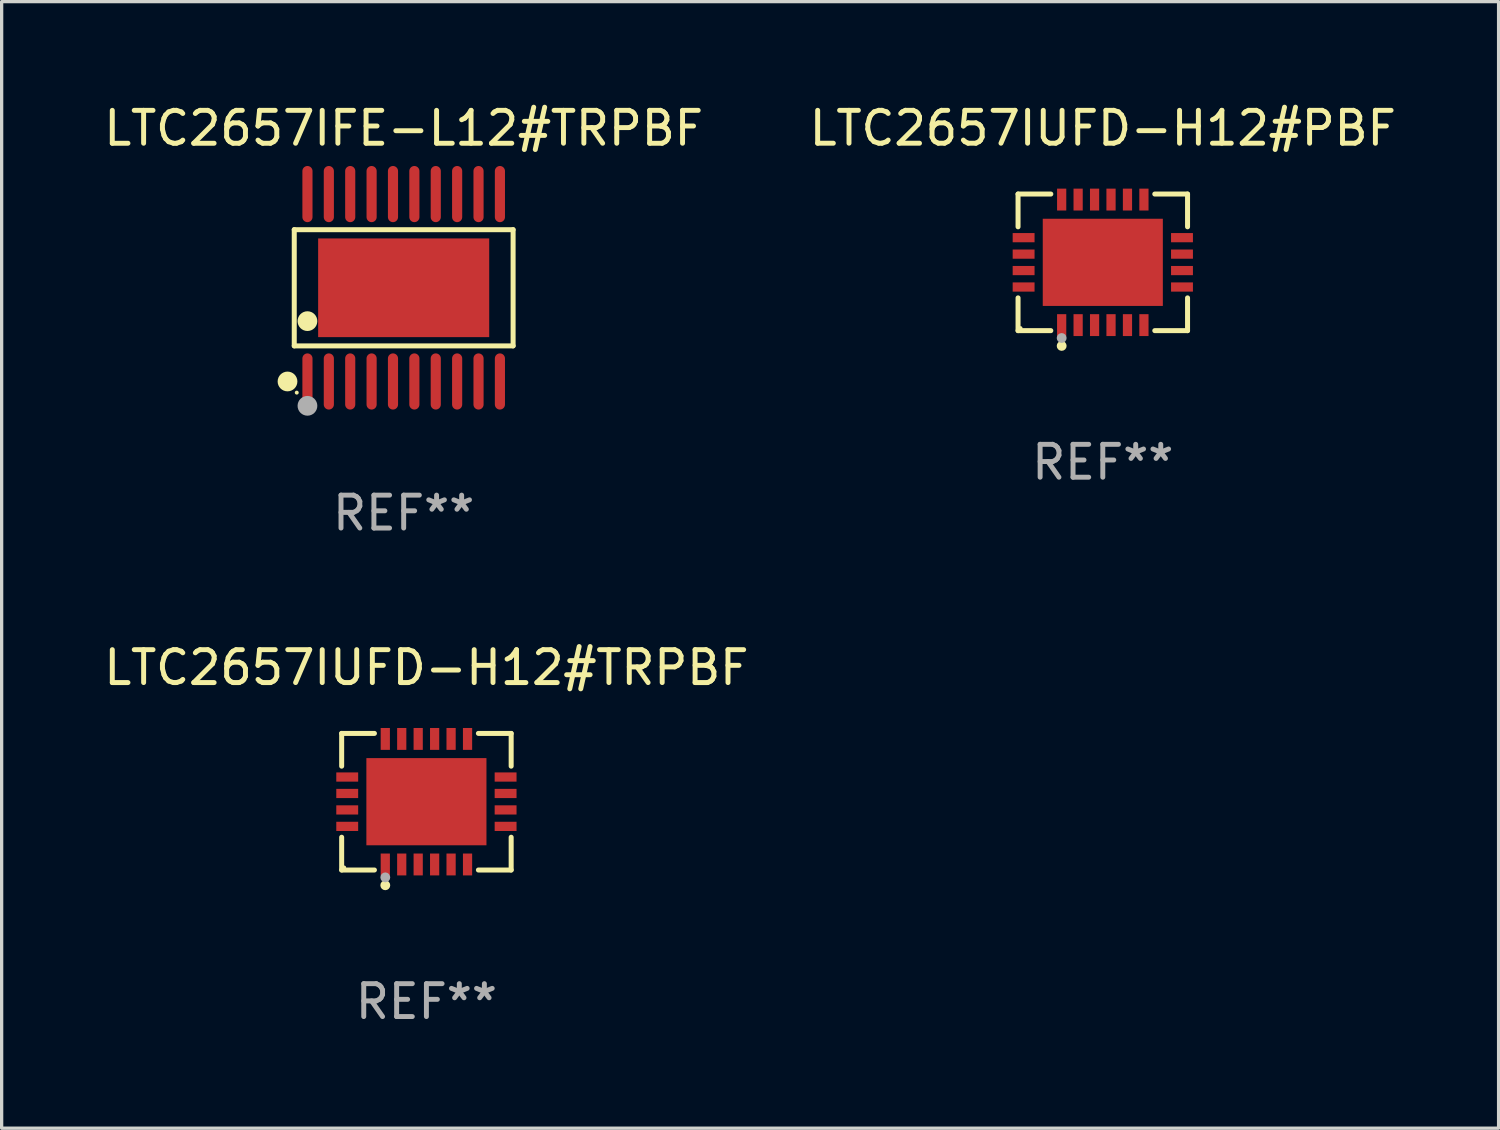
<source format=kicad_pcb>
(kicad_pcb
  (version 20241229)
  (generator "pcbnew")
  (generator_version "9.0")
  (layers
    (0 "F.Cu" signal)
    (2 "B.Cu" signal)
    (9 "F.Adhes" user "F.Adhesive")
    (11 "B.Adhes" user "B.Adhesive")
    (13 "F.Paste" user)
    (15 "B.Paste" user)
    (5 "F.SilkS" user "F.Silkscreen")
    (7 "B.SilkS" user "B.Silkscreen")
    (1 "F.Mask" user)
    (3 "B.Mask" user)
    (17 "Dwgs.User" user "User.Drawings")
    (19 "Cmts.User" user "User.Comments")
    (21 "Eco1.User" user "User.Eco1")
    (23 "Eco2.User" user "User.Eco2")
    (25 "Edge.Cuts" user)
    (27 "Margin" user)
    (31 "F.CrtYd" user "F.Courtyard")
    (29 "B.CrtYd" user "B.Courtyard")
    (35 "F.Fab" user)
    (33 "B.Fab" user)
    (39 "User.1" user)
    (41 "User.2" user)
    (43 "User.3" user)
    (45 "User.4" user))
  (footprint "LTC2657IUFD-H12#TRPBF"
    (layer "F.Cu")
    (at 9.911 21.318)
    (property "Reference" "LTC2657IUFD-H12#TRPBF" (at 0 -4.076 0) (layer "F.SilkS") (effects (font (size 1 1) (thickness 0.15))))
    (attr through_hole)
    (fp_line (start -2.576 -2.076) (end -1.58 -2.076) (stroke (width 0.152) (type solid)) (layer "F.SilkS"))
    (fp_line (start -2.576 -1.08) (end -2.576 -2.076) (stroke (width 0.152) (type solid)) (layer "F.SilkS"))
    (fp_line (start -2.576 1.08) (end -2.576 2.076) (stroke (width 0.152) (type solid)) (layer "F.SilkS"))
    (fp_line (start -2.576 2.076) (end -1.58 2.076) (stroke (width 0.152) (type solid)) (layer "F.SilkS"))
    (fp_line (start 2.576 -2.076) (end 1.58 -2.076) (stroke (width 0.152) (type solid)) (layer "F.SilkS"))
    (fp_line (start 2.576 -1.08) (end 2.576 -2.076) (stroke (width 0.152) (type solid)) (layer "F.SilkS"))
    (fp_line (start 2.576 1.08) (end 2.576 2.076) (stroke (width 0.152) (type solid)) (layer "F.SilkS"))
    (fp_line (start 2.576 2.076) (end 1.58 2.076) (stroke (width 0.152) (type solid)) (layer "F.SilkS"))
    (fp_circle (center -2.5 2) (end -2.47 2) (stroke (width 0.06) (type solid)) (fill no) (layer "F.SilkS"))
    (fp_circle (center -1.25 2.54) (end -1.175 2.54) (stroke (width 0.15) (type solid)) (fill no) (layer "F.SilkS"))
    (fp_circle (center -1.25 2.3) (end -1.175 2.3) (stroke (width 0.15) (type solid)) (fill no) (layer "F.Fab"))
    (fp_text user "REF**" (at 0 6.076 0) (layer "F.Fab") (effects (font (size 1 1) (thickness 0.15))))
    (pad "1" smd rect (at -1.25 1.908) (size 0.28 0.665) (layers "F.Cu" "F.Mask" "F.Paste"))
    (pad "2" smd rect (at -0.75 1.908) (size 0.28 0.665) (layers "F.Cu" "F.Mask" "F.Paste"))
    (pad "3" smd rect (at -0.25 1.908) (size 0.28 0.665) (layers "F.Cu" "F.Mask" "F.Paste"))
    (pad "4" smd rect (at 0.25 1.908) (size 0.28 0.665) (layers "F.Cu" "F.Mask" "F.Paste"))
    (pad "5" smd rect (at 0.75 1.908) (size 0.28 0.665) (layers "F.Cu" "F.Mask" "F.Paste"))
    (pad "6" smd rect (at 1.25 1.908) (size 0.28 0.665) (layers "F.Cu" "F.Mask" "F.Paste"))
    (pad "7" smd rect (at 2.407 0.75) (size 0.665 0.28) (layers "F.Cu" "F.Mask" "F.Paste"))
    (pad "8" smd rect (at 2.407 0.25) (size 0.665 0.28) (layers "F.Cu" "F.Mask" "F.Paste"))
    (pad "9" smd rect (at 2.407 -0.25) (size 0.665 0.28) (layers "F.Cu" "F.Mask" "F.Paste"))
    (pad "10" smd rect (at 2.407 -0.75) (size 0.665 0.28) (layers "F.Cu" "F.Mask" "F.Paste"))
    (pad "11" smd rect (at 1.25 -1.908) (size 0.28 0.665) (layers "F.Cu" "F.Mask" "F.Paste"))
    (pad "12" smd rect (at 0.75 -1.908) (size 0.28 0.665) (layers "F.Cu" "F.Mask" "F.Paste"))
    (pad "13" smd rect (at 0.25 -1.908) (size 0.28 0.665) (layers "F.Cu" "F.Mask" "F.Paste"))
    (pad "14" smd rect (at -0.25 -1.908) (size 0.28 0.665) (layers "F.Cu" "F.Mask" "F.Paste"))
    (pad "15" smd rect (at -0.75 -1.908) (size 0.28 0.665) (layers "F.Cu" "F.Mask" "F.Paste"))
    (pad "16" smd rect (at -1.25 -1.908) (size 0.28 0.665) (layers "F.Cu" "F.Mask" "F.Paste"))
    (pad "17" smd rect (at -2.407 -0.75) (size 0.665 0.28) (layers "F.Cu" "F.Mask" "F.Paste"))
    (pad "18" smd rect (at -2.407 -0.25) (size 0.665 0.28) (layers "F.Cu" "F.Mask" "F.Paste"))
    (pad "19" smd rect (at -2.407 0.25) (size 0.665 0.28) (layers "F.Cu" "F.Mask" "F.Paste"))
    (pad "20" smd rect (at -2.407 0.75) (size 0.665 0.28) (layers "F.Cu" "F.Mask" "F.Paste"))
    (pad "21" smd rect (at 0 0) (size 3.65 2.65) (layers "F.Cu" "F.Mask" "F.Paste")))
  (footprint "LTC2657IUFD-H12#PBF"
    (layer "F.Cu")
    (at 30.47 4.924)
    (property "Reference" "LTC2657IUFD-H12#PBF" (at 0 -4.076 0) (layer "F.SilkS") (effects (font (size 1 1) (thickness 0.15))))
    (attr through_hole)
    (fp_line (start -2.576 -2.076) (end -1.58 -2.076) (stroke (width 0.152) (type solid)) (layer "F.SilkS"))
    (fp_line (start -2.576 -1.08) (end -2.576 -2.076) (stroke (width 0.152) (type solid)) (layer "F.SilkS"))
    (fp_line (start -2.576 1.08) (end -2.576 2.076) (stroke (width 0.152) (type solid)) (layer "F.SilkS"))
    (fp_line (start -2.576 2.076) (end -1.58 2.076) (stroke (width 0.152) (type solid)) (layer "F.SilkS"))
    (fp_line (start 2.576 -2.076) (end 1.58 -2.076) (stroke (width 0.152) (type solid)) (layer "F.SilkS"))
    (fp_line (start 2.576 -1.08) (end 2.576 -2.076) (stroke (width 0.152) (type solid)) (layer "F.SilkS"))
    (fp_line (start 2.576 1.08) (end 2.576 2.076) (stroke (width 0.152) (type solid)) (layer "F.SilkS"))
    (fp_line (start 2.576 2.076) (end 1.58 2.076) (stroke (width 0.152) (type solid)) (layer "F.SilkS"))
    (fp_circle (center -2.5 2) (end -2.47 2) (stroke (width 0.06) (type solid)) (fill no) (layer "F.SilkS"))
    (fp_circle (center -1.25 2.54) (end -1.175 2.54) (stroke (width 0.15) (type solid)) (fill no) (layer "F.SilkS"))
    (fp_circle (center -1.25 2.3) (end -1.175 2.3) (stroke (width 0.15) (type solid)) (fill no) (layer "F.Fab"))
    (fp_text user "REF**" (at 0 6.076 0) (layer "F.Fab") (effects (font (size 1 1) (thickness 0.15))))
    (pad "1" smd rect (at -1.25 1.908) (size 0.28 0.665) (layers "F.Cu" "F.Mask" "F.Paste"))
    (pad "2" smd rect (at -0.75 1.908) (size 0.28 0.665) (layers "F.Cu" "F.Mask" "F.Paste"))
    (pad "3" smd rect (at -0.25 1.908) (size 0.28 0.665) (layers "F.Cu" "F.Mask" "F.Paste"))
    (pad "4" smd rect (at 0.25 1.908) (size 0.28 0.665) (layers "F.Cu" "F.Mask" "F.Paste"))
    (pad "5" smd rect (at 0.75 1.908) (size 0.28 0.665) (layers "F.Cu" "F.Mask" "F.Paste"))
    (pad "6" smd rect (at 1.25 1.908) (size 0.28 0.665) (layers "F.Cu" "F.Mask" "F.Paste"))
    (pad "7" smd rect (at 2.407 0.75) (size 0.665 0.28) (layers "F.Cu" "F.Mask" "F.Paste"))
    (pad "8" smd rect (at 2.407 0.25) (size 0.665 0.28) (layers "F.Cu" "F.Mask" "F.Paste"))
    (pad "9" smd rect (at 2.407 -0.25) (size 0.665 0.28) (layers "F.Cu" "F.Mask" "F.Paste"))
    (pad "10" smd rect (at 2.407 -0.75) (size 0.665 0.28) (layers "F.Cu" "F.Mask" "F.Paste"))
    (pad "11" smd rect (at 1.25 -1.908) (size 0.28 0.665) (layers "F.Cu" "F.Mask" "F.Paste"))
    (pad "12" smd rect (at 0.75 -1.908) (size 0.28 0.665) (layers "F.Cu" "F.Mask" "F.Paste"))
    (pad "13" smd rect (at 0.25 -1.908) (size 0.28 0.665) (layers "F.Cu" "F.Mask" "F.Paste"))
    (pad "14" smd rect (at -0.25 -1.908) (size 0.28 0.665) (layers "F.Cu" "F.Mask" "F.Paste"))
    (pad "15" smd rect (at -0.75 -1.908) (size 0.28 0.665) (layers "F.Cu" "F.Mask" "F.Paste"))
    (pad "16" smd rect (at -1.25 -1.908) (size 0.28 0.665) (layers "F.Cu" "F.Mask" "F.Paste"))
    (pad "17" smd rect (at -2.407 -0.75) (size 0.665 0.28) (layers "F.Cu" "F.Mask" "F.Paste"))
    (pad "18" smd rect (at -2.407 -0.25) (size 0.665 0.28) (layers "F.Cu" "F.Mask" "F.Paste"))
    (pad "19" smd rect (at -2.407 0.25) (size 0.665 0.28) (layers "F.Cu" "F.Mask" "F.Paste"))
    (pad "20" smd rect (at -2.407 0.75) (size 0.665 0.28) (layers "F.Cu" "F.Mask" "F.Paste"))
    (pad "21" smd rect (at 0 0) (size 3.65 2.65) (layers "F.Cu" "F.Mask" "F.Paste")))
  (footprint "LTC2657IFE-L12#TRPBF"
    (layer "F.Cu")
    (at 9.22 5.697)
    (property "Reference" "LTC2657IFE-L12#TRPBF" (at 0 -4.848 0) (layer "F.SilkS") (effects (font (size 1 1) (thickness 0.15))))
    (attr through_hole)
    (fp_line (start -3.326 -1.766) (end 3.326 -1.766) (stroke (width 0.152) (type solid)) (layer "F.SilkS"))
    (fp_line (start -3.326 1.766) (end -3.326 -1.766) (stroke (width 0.152) (type solid)) (layer "F.SilkS"))
    (fp_line (start 3.326 -1.766) (end 3.326 1.766) (stroke (width 0.152) (type solid)) (layer "F.SilkS"))
    (fp_line (start 3.326 1.766) (end -3.326 1.766) (stroke (width 0.152) (type solid)) (layer "F.SilkS"))
    (fp_circle (center -3.531 2.848) (end -3.381 2.848) (stroke (width 0.3) (type solid)) (fill no) (layer "F.SilkS"))
    (fp_circle (center -3.25 3.187) (end -3.22 3.187) (stroke (width 0.06) (type solid)) (fill no) (layer "F.SilkS"))
    (fp_circle (center -2.925 1.014) (end -2.775 1.014) (stroke (width 0.3) (type solid)) (fill no) (layer "F.SilkS"))
    (fp_circle (center -2.925 3.588) (end -2.775 3.588) (stroke (width 0.3) (type solid)) (fill no) (layer "F.Fab"))
    (fp_text user "REF**" (at 0 6.848 0) (layer "F.Fab") (effects (font (size 1 1) (thickness 0.15))))
    (pad "1" smd oval (at -2.925 2.848) (size 0.308 1.707) (layers "F.Cu" "F.Mask" "F.Paste"))
    (pad "2" smd oval (at -2.275 2.848) (size 0.308 1.707) (layers "F.Cu" "F.Mask" "F.Paste"))
    (pad "3" smd oval (at -1.625 2.848) (size 0.308 1.707) (layers "F.Cu" "F.Mask" "F.Paste"))
    (pad "4" smd oval (at -0.975 2.848) (size 0.308 1.707) (layers "F.Cu" "F.Mask" "F.Paste"))
    (pad "5" smd oval (at -0.325 2.848) (size 0.308 1.707) (layers "F.Cu" "F.Mask" "F.Paste"))
    (pad "6" smd oval (at 0.325 2.848) (size 0.308 1.707) (layers "F.Cu" "F.Mask" "F.Paste"))
    (pad "7" smd oval (at 0.975 2.848) (size 0.308 1.707) (layers "F.Cu" "F.Mask" "F.Paste"))
    (pad "8" smd oval (at 1.625 2.848) (size 0.308 1.707) (layers "F.Cu" "F.Mask" "F.Paste"))
    (pad "9" smd oval (at 2.275 2.848) (size 0.308 1.707) (layers "F.Cu" "F.Mask" "F.Paste"))
    (pad "10" smd oval (at 2.925 2.848) (size 0.308 1.707) (layers "F.Cu" "F.Mask" "F.Paste"))
    (pad "11" smd oval (at 2.925 -2.848) (size 0.308 1.707) (layers "F.Cu" "F.Mask" "F.Paste"))
    (pad "12" smd oval (at 2.275 -2.848) (size 0.308 1.707) (layers "F.Cu" "F.Mask" "F.Paste"))
    (pad "13" smd oval (at 1.625 -2.848) (size 0.308 1.707) (layers "F.Cu" "F.Mask" "F.Paste"))
    (pad "14" smd oval (at 0.975 -2.848) (size 0.308 1.707) (layers "F.Cu" "F.Mask" "F.Paste"))
    (pad "15" smd oval (at 0.325 -2.848) (size 0.308 1.707) (layers "F.Cu" "F.Mask" "F.Paste"))
    (pad "16" smd oval (at -0.325 -2.848) (size 0.308 1.707) (layers "F.Cu" "F.Mask" "F.Paste"))
    (pad "17" smd oval (at -0.975 -2.848) (size 0.308 1.707) (layers "F.Cu" "F.Mask" "F.Paste"))
    (pad "18" smd oval (at -1.625 -2.848) (size 0.308 1.707) (layers "F.Cu" "F.Mask" "F.Paste"))
    (pad "19" smd oval (at -2.275 -2.848) (size 0.308 1.707) (layers "F.Cu" "F.Mask" "F.Paste"))
    (pad "20" smd oval (at -2.925 -2.848) (size 0.308 1.707) (layers "F.Cu" "F.Mask" "F.Paste"))
    (pad "21" smd rect (at 0 0) (size 5.2 3) (layers "F.Cu" "F.Mask" "F.Paste")))
  (gr_rect
    (start -3 -3)
    (end 42.5 31.242)
    (stroke (width 0.1) (type default))
    (fill no)
    (layer "Edge.Cuts")))
</source>
